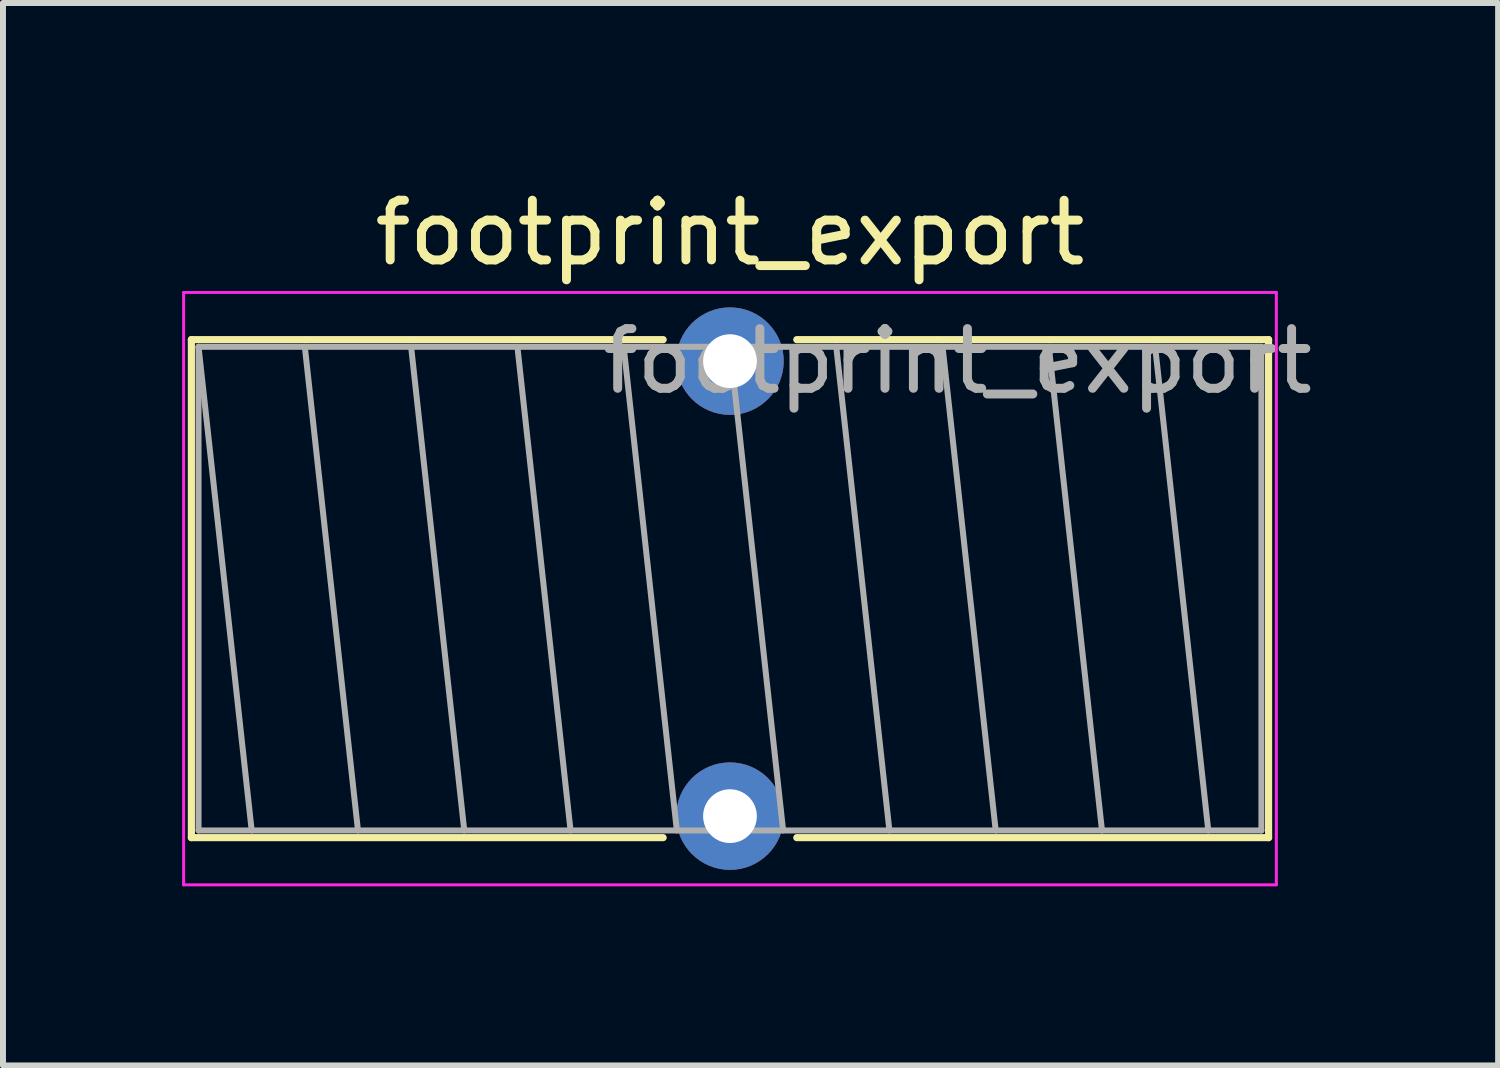
<source format=kicad_pcb>
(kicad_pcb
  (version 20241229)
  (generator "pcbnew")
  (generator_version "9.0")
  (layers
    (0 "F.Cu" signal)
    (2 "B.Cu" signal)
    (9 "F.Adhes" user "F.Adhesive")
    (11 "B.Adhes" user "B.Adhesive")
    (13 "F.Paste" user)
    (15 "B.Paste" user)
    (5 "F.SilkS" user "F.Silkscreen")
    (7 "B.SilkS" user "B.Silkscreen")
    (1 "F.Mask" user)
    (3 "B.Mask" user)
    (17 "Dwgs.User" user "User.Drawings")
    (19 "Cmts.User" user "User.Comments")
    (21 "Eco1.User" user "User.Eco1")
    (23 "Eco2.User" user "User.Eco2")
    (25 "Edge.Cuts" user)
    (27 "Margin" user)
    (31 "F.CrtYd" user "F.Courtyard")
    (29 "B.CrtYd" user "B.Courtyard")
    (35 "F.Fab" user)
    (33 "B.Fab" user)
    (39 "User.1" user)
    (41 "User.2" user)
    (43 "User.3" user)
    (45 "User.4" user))
  (footprint "footprint_export"
    (layer "F.Cu")
    (at 9.175 2.998)
    (property "Reference" "footprint_export" (at 0 -2.15 0) (layer "F.SilkS") (effects (font (size 1 1) (thickness 0.15))))
    (attr through_hole)
    (fp_line (start -9.02 -0.36) (end -9.02 7.98) (stroke (width 0.12) (type solid)) (layer "F.SilkS"))
    (fp_line (start -9.02 -0.36) (end -1.119 -0.36) (stroke (width 0.12) (type solid)) (layer "F.SilkS"))
    (fp_line (start -9.02 7.98) (end -1.119 7.98) (stroke (width 0.12) (type solid)) (layer "F.SilkS"))
    (fp_line (start 1.119 -0.36) (end 9.02 -0.36) (stroke (width 0.12) (type solid)) (layer "F.SilkS"))
    (fp_line (start 1.119 7.98) (end 9.02 7.98) (stroke (width 0.12) (type solid)) (layer "F.SilkS"))
    (fp_line (start 9.02 -0.36) (end 9.02 7.98) (stroke (width 0.12) (type solid)) (layer "F.SilkS"))
    (fp_line (start -9.15 -1.15) (end -9.15 8.77) (stroke (width 0.05) (type solid)) (layer "F.CrtYd"))
    (fp_line (start -9.15 8.77) (end 9.15 8.77) (stroke (width 0.05) (type solid)) (layer "F.CrtYd"))
    (fp_line (start 9.15 -1.15) (end -9.15 -1.15) (stroke (width 0.05) (type solid)) (layer "F.CrtYd"))
    (fp_line (start 9.15 8.77) (end 9.15 -1.15) (stroke (width 0.05) (type solid)) (layer "F.CrtYd"))
    (fp_line (start -8.9 -0.24) (end -8.9 7.86) (stroke (width 0.1) (type solid)) (layer "F.Fab"))
    (fp_line (start -8.9 -0.24) (end -8.01 7.86) (stroke (width 0.1) (type solid)) (layer "F.Fab"))
    (fp_line (start -8.9 7.86) (end 8.9 7.86) (stroke (width 0.1) (type solid)) (layer "F.Fab"))
    (fp_line (start -7.12 -0.24) (end -6.23 7.86) (stroke (width 0.1) (type solid)) (layer "F.Fab"))
    (fp_line (start -5.34 -0.24) (end -4.45 7.86) (stroke (width 0.1) (type solid)) (layer "F.Fab"))
    (fp_line (start -3.56 -0.24) (end -2.67 7.86) (stroke (width 0.1) (type solid)) (layer "F.Fab"))
    (fp_line (start -1.78 -0.24) (end -0.89 7.86) (stroke (width 0.1) (type solid)) (layer "F.Fab"))
    (fp_line (start 0 -0.24) (end 0.89 7.86) (stroke (width 0.1) (type solid)) (layer "F.Fab"))
    (fp_line (start 1.78 -0.24) (end 2.67 7.86) (stroke (width 0.1) (type solid)) (layer "F.Fab"))
    (fp_line (start 3.56 -0.24) (end 4.45 7.86) (stroke (width 0.1) (type solid)) (layer "F.Fab"))
    (fp_line (start 5.34 -0.24) (end 6.23 7.86) (stroke (width 0.1) (type solid)) (layer "F.Fab"))
    (fp_line (start 7.12 -0.24) (end 8.01 7.86) (stroke (width 0.1) (type solid)) (layer "F.Fab"))
    (fp_line (start 8.9 -0.24) (end -8.9 -0.24) (stroke (width 0.1) (type solid)) (layer "F.Fab"))
    (fp_line (start 8.9 7.86) (end 8.9 -0.24) (stroke (width 0.1) (type solid)) (layer "F.Fab"))
    (fp_text user "${REFERENCE}" (at 3.81 0 0) (layer "F.Fab") (effects (font (size 1 1) (thickness 0.15))))
    (pad "1" thru_hole circle (at 0 0) (size 1.8 1.8) (drill 0.9) (layers "*.Cu" "*.Mask"))
    (pad "2" thru_hole circle (at 0 7.62) (size 1.8 1.8) (drill 0.9) (layers "*.Cu" "*.Mask")))
  (gr_rect
    (start -3 -3)
    (end 22.039 14.793)
    (stroke (width 0.1) (type default))
    (fill no)
    (layer "Edge.Cuts")))
</source>
